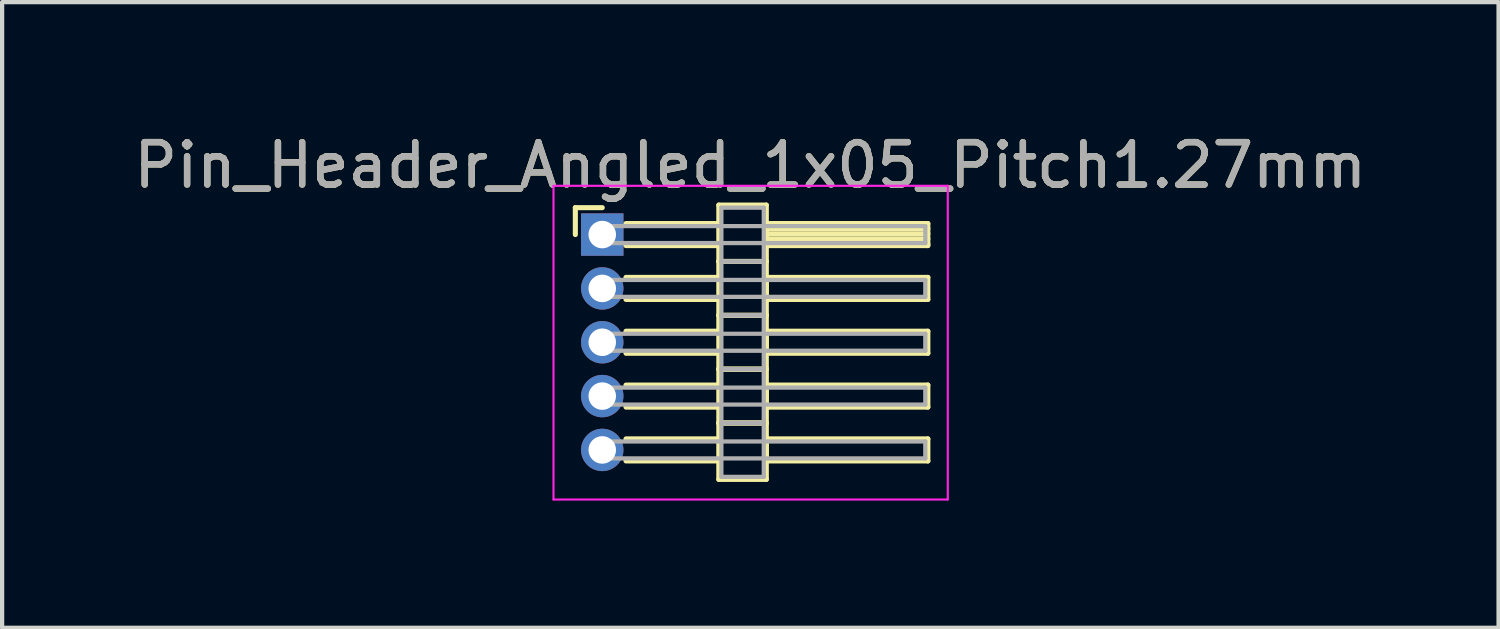
<source format=kicad_pcb>
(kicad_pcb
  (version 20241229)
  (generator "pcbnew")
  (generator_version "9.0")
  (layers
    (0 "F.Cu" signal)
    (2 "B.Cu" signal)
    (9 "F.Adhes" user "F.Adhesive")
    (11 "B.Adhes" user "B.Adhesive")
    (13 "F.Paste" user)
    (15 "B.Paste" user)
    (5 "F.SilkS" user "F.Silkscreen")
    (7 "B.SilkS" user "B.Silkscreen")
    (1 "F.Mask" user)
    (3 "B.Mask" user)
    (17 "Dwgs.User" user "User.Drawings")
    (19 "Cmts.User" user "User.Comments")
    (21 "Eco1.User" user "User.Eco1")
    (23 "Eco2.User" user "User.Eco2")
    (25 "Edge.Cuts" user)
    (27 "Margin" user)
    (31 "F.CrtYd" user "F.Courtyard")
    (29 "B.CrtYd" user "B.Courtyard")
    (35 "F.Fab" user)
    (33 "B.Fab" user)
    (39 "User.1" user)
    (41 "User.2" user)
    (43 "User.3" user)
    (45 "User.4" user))
  (footprint "Pin_Header_Angled_1x05_Pitch1.27mm"
    (layer "F.Cu")
    (at 11.156 2.483)
    (property "Reference" "Pin_Header_Angled_1x05_Pitch1.27mm" (at 3.493 -1.635 0) (layer "F.SilkS") (effects (font (size 1 1) (thickness 0.15))))
    (attr through_hole)
    (fp_line (start -0.635 -0.635) (end 0 -0.635) (stroke (width 0.12) (type solid)) (layer "F.SilkS"))
    (fp_line (start -0.635 0) (end -0.635 -0.635) (stroke (width 0.12) (type solid)) (layer "F.SilkS"))
    (fp_line (start 0.56 -0.26) (end 2.75 -0.26) (stroke (width 0.12) (type solid)) (layer "F.SilkS"))
    (fp_line (start 0.56 0.26) (end 2.75 0.26) (stroke (width 0.12) (type solid)) (layer "F.SilkS"))
    (fp_line (start 0.56 1.01) (end 2.75 1.01) (stroke (width 0.12) (type solid)) (layer "F.SilkS"))
    (fp_line (start 0.56 1.53) (end 2.75 1.53) (stroke (width 0.12) (type solid)) (layer "F.SilkS"))
    (fp_line (start 0.56 2.28) (end 2.75 2.28) (stroke (width 0.12) (type solid)) (layer "F.SilkS"))
    (fp_line (start 0.56 2.8) (end 2.75 2.8) (stroke (width 0.12) (type solid)) (layer "F.SilkS"))
    (fp_line (start 0.56 3.55) (end 2.75 3.55) (stroke (width 0.12) (type solid)) (layer "F.SilkS"))
    (fp_line (start 0.56 4.07) (end 2.75 4.07) (stroke (width 0.12) (type solid)) (layer "F.SilkS"))
    (fp_line (start 0.56 4.82) (end 2.75 4.82) (stroke (width 0.12) (type solid)) (layer "F.SilkS"))
    (fp_line (start 0.56 5.34) (end 2.75 5.34) (stroke (width 0.12) (type solid)) (layer "F.SilkS"))
    (fp_line (start 2.75 -0.695) (end 2.75 0.635) (stroke (width 0.12) (type solid)) (layer "F.SilkS"))
    (fp_line (start 2.75 0.635) (end 2.75 1.905) (stroke (width 0.12) (type solid)) (layer "F.SilkS"))
    (fp_line (start 2.75 0.635) (end 3.87 0.635) (stroke (width 0.12) (type solid)) (layer "F.SilkS"))
    (fp_line (start 2.75 1.905) (end 2.75 3.175) (stroke (width 0.12) (type solid)) (layer "F.SilkS"))
    (fp_line (start 2.75 1.905) (end 3.87 1.905) (stroke (width 0.12) (type solid)) (layer "F.SilkS"))
    (fp_line (start 2.75 3.175) (end 2.75 4.445) (stroke (width 0.12) (type solid)) (layer "F.SilkS"))
    (fp_line (start 2.75 3.175) (end 3.87 3.175) (stroke (width 0.12) (type solid)) (layer "F.SilkS"))
    (fp_line (start 2.75 4.445) (end 2.75 5.775) (stroke (width 0.12) (type solid)) (layer "F.SilkS"))
    (fp_line (start 2.75 4.445) (end 3.87 4.445) (stroke (width 0.12) (type solid)) (layer "F.SilkS"))
    (fp_line (start 2.75 5.775) (end 3.87 5.775) (stroke (width 0.12) (type solid)) (layer "F.SilkS"))
    (fp_line (start 3.87 -0.695) (end 2.75 -0.695) (stroke (width 0.12) (type solid)) (layer "F.SilkS"))
    (fp_line (start 3.87 -0.26) (end 3.87 0.26) (stroke (width 0.12) (type solid)) (layer "F.SilkS"))
    (fp_line (start 3.87 -0.14) (end 7.68 -0.14) (stroke (width 0.12) (type solid)) (layer "F.SilkS"))
    (fp_line (start 3.87 -0.02) (end 7.68 -0.02) (stroke (width 0.12) (type solid)) (layer "F.SilkS"))
    (fp_line (start 3.87 0.1) (end 7.68 0.1) (stroke (width 0.12) (type solid)) (layer "F.SilkS"))
    (fp_line (start 3.87 0.22) (end 7.68 0.22) (stroke (width 0.12) (type solid)) (layer "F.SilkS"))
    (fp_line (start 3.87 0.26) (end 7.68 0.26) (stroke (width 0.12) (type solid)) (layer "F.SilkS"))
    (fp_line (start 3.87 0.635) (end 2.75 0.635) (stroke (width 0.12) (type solid)) (layer "F.SilkS"))
    (fp_line (start 3.87 0.635) (end 3.87 -0.695) (stroke (width 0.12) (type solid)) (layer "F.SilkS"))
    (fp_line (start 3.87 1.01) (end 3.87 1.53) (stroke (width 0.12) (type solid)) (layer "F.SilkS"))
    (fp_line (start 3.87 1.53) (end 7.68 1.53) (stroke (width 0.12) (type solid)) (layer "F.SilkS"))
    (fp_line (start 3.87 1.905) (end 2.75 1.905) (stroke (width 0.12) (type solid)) (layer "F.SilkS"))
    (fp_line (start 3.87 1.905) (end 3.87 0.635) (stroke (width 0.12) (type solid)) (layer "F.SilkS"))
    (fp_line (start 3.87 2.28) (end 3.87 2.8) (stroke (width 0.12) (type solid)) (layer "F.SilkS"))
    (fp_line (start 3.87 2.8) (end 7.68 2.8) (stroke (width 0.12) (type solid)) (layer "F.SilkS"))
    (fp_line (start 3.87 3.175) (end 2.75 3.175) (stroke (width 0.12) (type solid)) (layer "F.SilkS"))
    (fp_line (start 3.87 3.175) (end 3.87 1.905) (stroke (width 0.12) (type solid)) (layer "F.SilkS"))
    (fp_line (start 3.87 3.55) (end 3.87 4.07) (stroke (width 0.12) (type solid)) (layer "F.SilkS"))
    (fp_line (start 3.87 4.07) (end 7.68 4.07) (stroke (width 0.12) (type solid)) (layer "F.SilkS"))
    (fp_line (start 3.87 4.445) (end 2.75 4.445) (stroke (width 0.12) (type solid)) (layer "F.SilkS"))
    (fp_line (start 3.87 4.445) (end 3.87 3.175) (stroke (width 0.12) (type solid)) (layer "F.SilkS"))
    (fp_line (start 3.87 4.82) (end 3.87 5.34) (stroke (width 0.12) (type solid)) (layer "F.SilkS"))
    (fp_line (start 3.87 5.34) (end 7.68 5.34) (stroke (width 0.12) (type solid)) (layer "F.SilkS"))
    (fp_line (start 3.87 5.775) (end 3.87 4.445) (stroke (width 0.12) (type solid)) (layer "F.SilkS"))
    (fp_line (start 7.68 -0.26) (end 3.87 -0.26) (stroke (width 0.12) (type solid)) (layer "F.SilkS"))
    (fp_line (start 7.68 0.26) (end 7.68 -0.26) (stroke (width 0.12) (type solid)) (layer "F.SilkS"))
    (fp_line (start 7.68 1.01) (end 3.87 1.01) (stroke (width 0.12) (type solid)) (layer "F.SilkS"))
    (fp_line (start 7.68 1.53) (end 7.68 1.01) (stroke (width 0.12) (type solid)) (layer "F.SilkS"))
    (fp_line (start 7.68 2.28) (end 3.87 2.28) (stroke (width 0.12) (type solid)) (layer "F.SilkS"))
    (fp_line (start 7.68 2.8) (end 7.68 2.28) (stroke (width 0.12) (type solid)) (layer "F.SilkS"))
    (fp_line (start 7.68 3.55) (end 3.87 3.55) (stroke (width 0.12) (type solid)) (layer "F.SilkS"))
    (fp_line (start 7.68 4.07) (end 7.68 3.55) (stroke (width 0.12) (type solid)) (layer "F.SilkS"))
    (fp_line (start 7.68 4.82) (end 3.87 4.82) (stroke (width 0.12) (type solid)) (layer "F.SilkS"))
    (fp_line (start 7.68 5.34) (end 7.68 4.82) (stroke (width 0.12) (type solid)) (layer "F.SilkS"))
    (fp_line (start -1.15 -1.15) (end -1.15 6.25) (stroke (width 0.05) (type solid)) (layer "F.CrtYd"))
    (fp_line (start -1.15 6.25) (end 8.15 6.25) (stroke (width 0.05) (type solid)) (layer "F.CrtYd"))
    (fp_line (start 8.15 -1.15) (end -1.15 -1.15) (stroke (width 0.05) (type solid)) (layer "F.CrtYd"))
    (fp_line (start 8.15 6.25) (end 8.15 -1.15) (stroke (width 0.05) (type solid)) (layer "F.CrtYd"))
    (fp_line (start 0 -0.2) (end 0 0.2) (stroke (width 0.1) (type solid)) (layer "F.Fab"))
    (fp_line (start 0 0.2) (end 7.62 0.2) (stroke (width 0.1) (type solid)) (layer "F.Fab"))
    (fp_line (start 0 1.07) (end 0 1.47) (stroke (width 0.1) (type solid)) (layer "F.Fab"))
    (fp_line (start 0 1.47) (end 7.62 1.47) (stroke (width 0.1) (type solid)) (layer "F.Fab"))
    (fp_line (start 0 2.34) (end 0 2.74) (stroke (width 0.1) (type solid)) (layer "F.Fab"))
    (fp_line (start 0 2.74) (end 7.62 2.74) (stroke (width 0.1) (type solid)) (layer "F.Fab"))
    (fp_line (start 0 3.61) (end 0 4.01) (stroke (width 0.1) (type solid)) (layer "F.Fab"))
    (fp_line (start 0 4.01) (end 7.62 4.01) (stroke (width 0.1) (type solid)) (layer "F.Fab"))
    (fp_line (start 0 4.88) (end 0 5.28) (stroke (width 0.1) (type solid)) (layer "F.Fab"))
    (fp_line (start 0 5.28) (end 7.62 5.28) (stroke (width 0.1) (type solid)) (layer "F.Fab"))
    (fp_line (start 2.81 -0.635) (end 2.81 0.635) (stroke (width 0.1) (type solid)) (layer "F.Fab"))
    (fp_line (start 2.81 0.635) (end 2.81 1.905) (stroke (width 0.1) (type solid)) (layer "F.Fab"))
    (fp_line (start 2.81 0.635) (end 3.81 0.635) (stroke (width 0.1) (type solid)) (layer "F.Fab"))
    (fp_line (start 2.81 1.905) (end 2.81 3.175) (stroke (width 0.1) (type solid)) (layer "F.Fab"))
    (fp_line (start 2.81 1.905) (end 3.81 1.905) (stroke (width 0.1) (type solid)) (layer "F.Fab"))
    (fp_line (start 2.81 3.175) (end 2.81 4.445) (stroke (width 0.1) (type solid)) (layer "F.Fab"))
    (fp_line (start 2.81 3.175) (end 3.81 3.175) (stroke (width 0.1) (type solid)) (layer "F.Fab"))
    (fp_line (start 2.81 4.445) (end 2.81 5.715) (stroke (width 0.1) (type solid)) (layer "F.Fab"))
    (fp_line (start 2.81 4.445) (end 3.81 4.445) (stroke (width 0.1) (type solid)) (layer "F.Fab"))
    (fp_line (start 2.81 5.715) (end 3.81 5.715) (stroke (width 0.1) (type solid)) (layer "F.Fab"))
    (fp_line (start 3.81 -0.635) (end 2.81 -0.635) (stroke (width 0.1) (type solid)) (layer "F.Fab"))
    (fp_line (start 3.81 0.635) (end 2.81 0.635) (stroke (width 0.1) (type solid)) (layer "F.Fab"))
    (fp_line (start 3.81 0.635) (end 3.81 -0.635) (stroke (width 0.1) (type solid)) (layer "F.Fab"))
    (fp_line (start 3.81 1.905) (end 2.81 1.905) (stroke (width 0.1) (type solid)) (layer "F.Fab"))
    (fp_line (start 3.81 1.905) (end 3.81 0.635) (stroke (width 0.1) (type solid)) (layer "F.Fab"))
    (fp_line (start 3.81 3.175) (end 2.81 3.175) (stroke (width 0.1) (type solid)) (layer "F.Fab"))
    (fp_line (start 3.81 3.175) (end 3.81 1.905) (stroke (width 0.1) (type solid)) (layer "F.Fab"))
    (fp_line (start 3.81 4.445) (end 2.81 4.445) (stroke (width 0.1) (type solid)) (layer "F.Fab"))
    (fp_line (start 3.81 4.445) (end 3.81 3.175) (stroke (width 0.1) (type solid)) (layer "F.Fab"))
    (fp_line (start 3.81 5.715) (end 3.81 4.445) (stroke (width 0.1) (type solid)) (layer "F.Fab"))
    (fp_line (start 7.62 -0.2) (end 0 -0.2) (stroke (width 0.1) (type solid)) (layer "F.Fab"))
    (fp_line (start 7.62 0.2) (end 7.62 -0.2) (stroke (width 0.1) (type solid)) (layer "F.Fab"))
    (fp_line (start 7.62 1.07) (end 0 1.07) (stroke (width 0.1) (type solid)) (layer "F.Fab"))
    (fp_line (start 7.62 1.47) (end 7.62 1.07) (stroke (width 0.1) (type solid)) (layer "F.Fab"))
    (fp_line (start 7.62 2.34) (end 0 2.34) (stroke (width 0.1) (type solid)) (layer "F.Fab"))
    (fp_line (start 7.62 2.74) (end 7.62 2.34) (stroke (width 0.1) (type solid)) (layer "F.Fab"))
    (fp_line (start 7.62 3.61) (end 0 3.61) (stroke (width 0.1) (type solid)) (layer "F.Fab"))
    (fp_line (start 7.62 4.01) (end 7.62 3.61) (stroke (width 0.1) (type solid)) (layer "F.Fab"))
    (fp_line (start 7.62 4.88) (end 0 4.88) (stroke (width 0.1) (type solid)) (layer "F.Fab"))
    (fp_line (start 7.62 5.28) (end 7.62 4.88) (stroke (width 0.1) (type solid)) (layer "F.Fab"))
    (fp_text user "${REFERENCE}" (at 3.493 -1.635 0) (layer "F.Fab") (effects (font (size 1 1) (thickness 0.15))))
    (pad "1" thru_hole rect (at 0 0) (size 1 1) (drill 0.65) (layers "*.Cu" "*.Mask"))
    (pad "2" thru_hole oval (at 0 1.27) (size 1 1) (drill 0.65) (layers "*.Cu" "*.Mask"))
    (pad "3" thru_hole oval (at 0 2.54) (size 1 1) (drill 0.65) (layers "*.Cu" "*.Mask"))
    (pad "4" thru_hole oval (at 0 3.81) (size 1 1) (drill 0.65) (layers "*.Cu" "*.Mask"))
    (pad "5" thru_hole oval (at 0 5.08) (size 1 1) (drill 0.65) (layers "*.Cu" "*.Mask")))
  (gr_rect
    (start -3 -3)
    (end 32.298 11.758)
    (stroke (width 0.1) (type default))
    (fill no)
    (layer "Edge.Cuts")))
</source>
